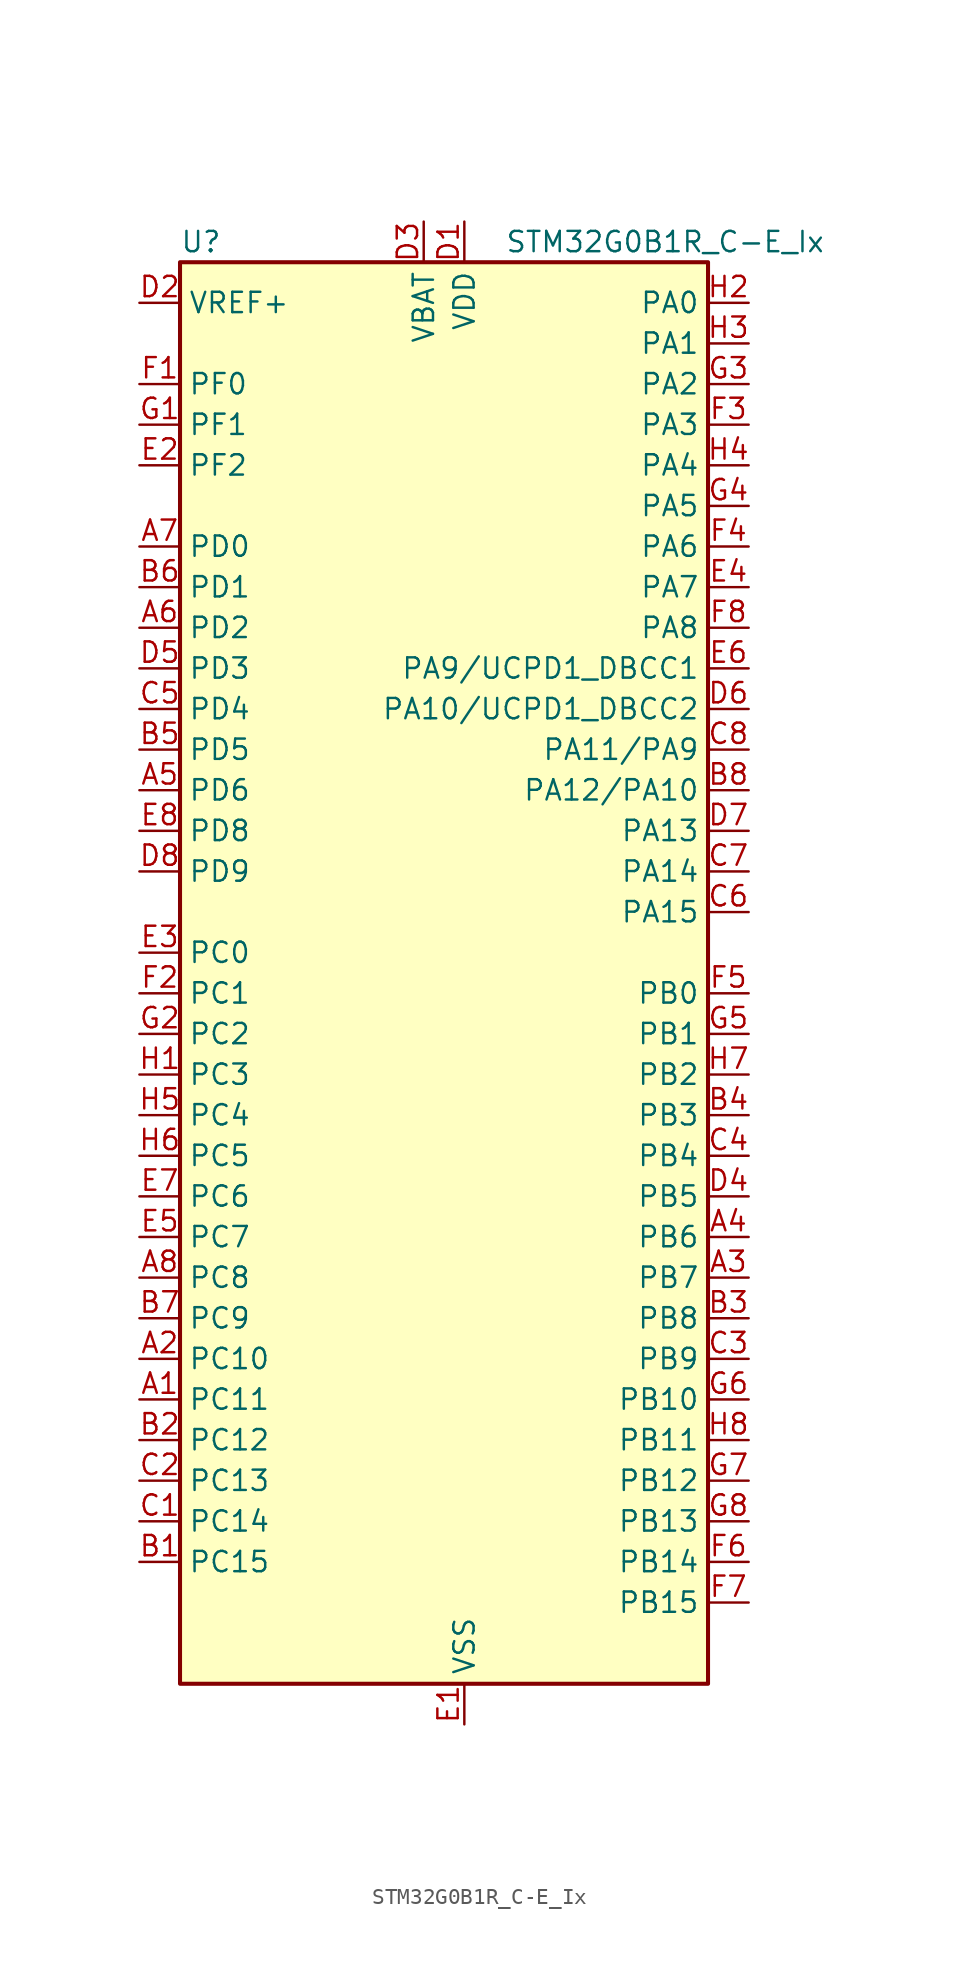
<source format=kicad_sym>
(kicad_symbol_lib
  (version 20211014)
  (generator kicad-library-utils)
  (symbol "STM32G0B1R_C-E_Ix"
    (property "Reference" "U"
      (at -15.24 46.99 0)
      (effects (font (size 1.27 1.27)) (justify left)))
    (property "Value" "STM32G0B1R_C-E_Ix"
      (at 5.08 46.99 0)
      (effects (font (size 1.27 1.27)) (justify left)))
    (property "ki_fp_filters" "*UFBGA*5x5mm*Layout8x8*P0.5mm*"
      (at 0.0 0.0 0.0)
      (effects (font (size 1.27 1.27))))
    (symbol "STM32G0B1R_C-E_Ix_0_1"
      (rectangle (start -15.24 -43.18) (end 17.78 45.72) (stroke (width 0.254)) (fill (type background))))
    (symbol "STM32G0B1R_C-E_Ix_1_1"
      (pin input line (at -17.78 43.18 0) (length 2.54) (name "VREF+" (effects (font (size 1.27 1.27)))) (number "D2" (effects (font (size 1.27 1.27)))) (alternate "VREFBUF_OUT" bidirectional line))
      (pin bidirectional line (at -17.78 38.1 0) (length 2.54) (name "PF0" (effects (font (size 1.27 1.27)))) (number "F1" (effects (font (size 1.27 1.27)))) (alternate "CRS1_SYNC" bidirectional line) (alternate "RCC_OSC_IN" bidirectional line) (alternate "TIM14_CH1" bidirectional line))
      (pin bidirectional line (at -17.78 35.56 0) (length 2.54) (name "PF1" (effects (font (size 1.27 1.27)))) (number "G1" (effects (font (size 1.27 1.27)))) (alternate "RCC_OSC_EN" bidirectional line) (alternate "RCC_OSC_OUT" bidirectional line) (alternate "TIM15_CH1N" bidirectional line))
      (pin bidirectional line (at -17.78 33.02 0) (length 2.54) (name "PF2" (effects (font (size 1.27 1.27)))) (number "E2" (effects (font (size 1.27 1.27)))) (alternate "LPUART2_DE" bidirectional line) (alternate "LPUART2_RTS" bidirectional line) (alternate "LPUART2_TX" bidirectional line) (alternate "RCC_MCO" bidirectional line))
      (pin bidirectional line (at -17.78 27.94 0) (length 2.54) (name "PD0" (effects (font (size 1.27 1.27)))) (number "A7" (effects (font (size 1.27 1.27)))) (alternate "FDCAN1_RX" bidirectional line) (alternate "I2S2_WS" bidirectional line) (alternate "SPI2_NSS" bidirectional line) (alternate "TIM16_CH1" bidirectional line) (alternate "UCPD2_CC1" bidirectional line))
      (pin bidirectional line (at -17.78 25.4 0) (length 2.54) (name "PD1" (effects (font (size 1.27 1.27)))) (number "B6" (effects (font (size 1.27 1.27)))) (alternate "FDCAN1_TX" bidirectional line) (alternate "I2S2_CK" bidirectional line) (alternate "SPI2_SCK" bidirectional line) (alternate "TIM17_CH1" bidirectional line) (alternate "UCPD2_DBCC1" bidirectional line))
      (pin bidirectional line (at -17.78 22.86 0) (length 2.54) (name "PD2" (effects (font (size 1.27 1.27)))) (number "A6" (effects (font (size 1.27 1.27)))) (alternate "TIM1_CH1N" bidirectional line) (alternate "TIM3_ETR" bidirectional line) (alternate "UCPD2_CC2" bidirectional line) (alternate "USART3_CK" bidirectional line) (alternate "USART3_DE" bidirectional line) (alternate "USART3_RTS" bidirectional line) (alternate "USART5_RX" bidirectional line))
      (pin bidirectional line (at -17.78 20.32 0) (length 2.54) (name "PD3" (effects (font (size 1.27 1.27)))) (number "D5" (effects (font (size 1.27 1.27)))) (alternate "I2S2_MCK" bidirectional line) (alternate "SPI2_MISO" bidirectional line) (alternate "TIM1_CH2N" bidirectional line) (alternate "UCPD2_DBCC2" bidirectional line) (alternate "USART2_CTS" bidirectional line) (alternate "USART2_NSS" bidirectional line) (alternate "USART5_TX" bidirectional line))
      (pin bidirectional line (at -17.78 17.78 0) (length 2.54) (name "PD4" (effects (font (size 1.27 1.27)))) (number "C5" (effects (font (size 1.27 1.27)))) (alternate "I2S2_SD" bidirectional line) (alternate "SPI2_MOSI" bidirectional line) (alternate "TIM1_CH3N" bidirectional line) (alternate "USART2_CK" bidirectional line) (alternate "USART2_DE" bidirectional line) (alternate "USART2_RTS" bidirectional line) (alternate "USART5_CK" bidirectional line) (alternate "USART5_DE" bidirectional line) (alternate "USART5_RTS" bidirectional line))
      (pin bidirectional line (at -17.78 15.24 0) (length 2.54) (name "PD5" (effects (font (size 1.27 1.27)))) (number "B5" (effects (font (size 1.27 1.27)))) (alternate "I2S1_MCK" bidirectional line) (alternate "SPI1_MISO" bidirectional line) (alternate "TIM1_BK" bidirectional line) (alternate "USART2_TX" bidirectional line) (alternate "USART5_CTS" bidirectional line) (alternate "USART5_NSS" bidirectional line))
      (pin bidirectional line (at -17.78 12.7 0) (length 2.54) (name "PD6" (effects (font (size 1.27 1.27)))) (number "A5" (effects (font (size 1.27 1.27)))) (alternate "I2S1_SD" bidirectional line) (alternate "LPTIM2_OUT" bidirectional line) (alternate "SPI1_MOSI" bidirectional line) (alternate "USART2_RX" bidirectional line))
      (pin bidirectional line (at -17.78 10.16 0) (length 2.54) (name "PD8" (effects (font (size 1.27 1.27)))) (number "E8" (effects (font (size 1.27 1.27)))) (alternate "I2S1_CK" bidirectional line) (alternate "LPTIM1_OUT" bidirectional line) (alternate "SPI1_SCK" bidirectional line) (alternate "USART3_TX" bidirectional line))
      (pin bidirectional line (at -17.78 7.62 0) (length 2.54) (name "PD9" (effects (font (size 1.27 1.27)))) (number "D8" (effects (font (size 1.27 1.27)))) (alternate "DAC1_EXTI9" bidirectional line) (alternate "I2S1_WS" bidirectional line) (alternate "SPI1_NSS" bidirectional line) (alternate "TIM1_BK2" bidirectional line) (alternate "USART3_RX" bidirectional line))
      (pin bidirectional line (at -17.78 2.54 0) (length 2.54) (name "PC0" (effects (font (size 1.27 1.27)))) (number "E3" (effects (font (size 1.27 1.27)))) (alternate "COMP3_INM" bidirectional line) (alternate "COMP3_OUT" bidirectional line) (alternate "I2C3_SCL" bidirectional line) (alternate "LPTIM1_IN1" bidirectional line) (alternate "LPTIM2_IN1" bidirectional line) (alternate "LPUART1_RX" bidirectional line) (alternate "LPUART2_TX" bidirectional line) (alternate "USART6_TX" bidirectional line))
      (pin bidirectional line (at -17.78 0.0 0) (length 2.54) (name "PC1" (effects (font (size 1.27 1.27)))) (number "F2" (effects (font (size 1.27 1.27)))) (alternate "COMP3_INP" bidirectional line) (alternate "I2C3_SDA" bidirectional line) (alternate "LPTIM1_OUT" bidirectional line) (alternate "LPUART1_TX" bidirectional line) (alternate "LPUART2_RX" bidirectional line) (alternate "TIM15_CH1" bidirectional line) (alternate "USART6_RX" bidirectional line))
      (pin bidirectional line (at -17.78 -2.54 0) (length 2.54) (name "PC2" (effects (font (size 1.27 1.27)))) (number "G2" (effects (font (size 1.27 1.27)))) (alternate "COMP3_OUT" bidirectional line) (alternate "FDCAN2_RX" bidirectional line) (alternate "I2S2_MCK" bidirectional line) (alternate "LPTIM1_IN2" bidirectional line) (alternate "SPI2_MISO" bidirectional line) (alternate "TIM15_CH2" bidirectional line))
      (pin bidirectional line (at -17.78 -5.08 0) (length 2.54) (name "PC3" (effects (font (size 1.27 1.27)))) (number "H1" (effects (font (size 1.27 1.27)))) (alternate "FDCAN2_TX" bidirectional line) (alternate "I2S2_SD" bidirectional line) (alternate "LPTIM1_ETR" bidirectional line) (alternate "LPTIM2_ETR" bidirectional line) (alternate "SPI2_MOSI" bidirectional line))
      (pin bidirectional line (at -17.78 -7.62 0) (length 2.54) (name "PC4" (effects (font (size 1.27 1.27)))) (number "H5" (effects (font (size 1.27 1.27)))) (alternate "ADC1_IN17" bidirectional line) (alternate "COMP1_INM" bidirectional line) (alternate "FDCAN1_RX" bidirectional line) (alternate "TIM2_CH1" bidirectional line) (alternate "TIM2_ETR" bidirectional line) (alternate "USART1_TX" bidirectional line) (alternate "USART3_TX" bidirectional line))
      (pin bidirectional line (at -17.78 -10.16 0) (length 2.54) (name "PC5" (effects (font (size 1.27 1.27)))) (number "H6" (effects (font (size 1.27 1.27)))) (alternate "ADC1_IN18" bidirectional line) (alternate "COMP1_INP" bidirectional line) (alternate "FDCAN1_TX" bidirectional line) (alternate "SYS_WKUP5" bidirectional line) (alternate "TIM2_CH2" bidirectional line) (alternate "USART1_RX" bidirectional line) (alternate "USART3_RX" bidirectional line))
      (pin bidirectional line (at -17.78 -12.7 0) (length 2.54) (name "PC6" (effects (font (size 1.27 1.27)))) (number "E7" (effects (font (size 1.27 1.27)))) (alternate "LPUART2_TX" bidirectional line) (alternate "TIM2_CH3" bidirectional line) (alternate "TIM3_CH1" bidirectional line) (alternate "UCPD1_FRSTX1" bidirectional line) (alternate "UCPD1_FRSTX2" bidirectional line))
      (pin bidirectional line (at -17.78 -15.24 0) (length 2.54) (name "PC7" (effects (font (size 1.27 1.27)))) (number "E5" (effects (font (size 1.27 1.27)))) (alternate "LPUART2_RX" bidirectional line) (alternate "TIM2_CH4" bidirectional line) (alternate "TIM3_CH2" bidirectional line) (alternate "UCPD2_FRSTX1" bidirectional line) (alternate "UCPD2_FRSTX2" bidirectional line))
      (pin bidirectional line (at -17.78 -17.78 0) (length 2.54) (name "PC8" (effects (font (size 1.27 1.27)))) (number "A8" (effects (font (size 1.27 1.27)))) (alternate "LPUART2_CTS" bidirectional line) (alternate "TIM1_CH1" bidirectional line) (alternate "TIM3_CH3" bidirectional line) (alternate "UCPD2_FRSTX1" bidirectional line) (alternate "UCPD2_FRSTX2" bidirectional line))
      (pin bidirectional line (at -17.78 -20.32 0) (length 2.54) (name "PC9" (effects (font (size 1.27 1.27)))) (number "B7" (effects (font (size 1.27 1.27)))) (alternate "DAC1_EXTI9" bidirectional line) (alternate "I2S_CKIN" bidirectional line) (alternate "LPUART2_DE" bidirectional line) (alternate "LPUART2_RTS" bidirectional line) (alternate "TIM1_CH2" bidirectional line) (alternate "TIM3_CH4" bidirectional line) (alternate "USB_NOE" bidirectional line))
      (pin bidirectional line (at -17.78 -22.86 0) (length 2.54) (name "PC10" (effects (font (size 1.27 1.27)))) (number "A2" (effects (font (size 1.27 1.27)))) (alternate "SPI3_SCK" bidirectional line) (alternate "TIM1_CH3" bidirectional line) (alternate "USART3_TX" bidirectional line) (alternate "USART4_TX" bidirectional line))
      (pin bidirectional line (at -17.78 -25.4 0) (length 2.54) (name "PC11" (effects (font (size 1.27 1.27)))) (number "A1" (effects (font (size 1.27 1.27)))) (alternate "ADC1_EXTI11" bidirectional line) (alternate "SPI3_MISO" bidirectional line) (alternate "TIM1_CH4" bidirectional line) (alternate "USART3_RX" bidirectional line) (alternate "USART4_RX" bidirectional line))
      (pin bidirectional line (at -17.78 -27.94 0) (length 2.54) (name "PC12" (effects (font (size 1.27 1.27)))) (number "B2" (effects (font (size 1.27 1.27)))) (alternate "LPTIM1_IN1" bidirectional line) (alternate "SPI3_MOSI" bidirectional line) (alternate "TIM14_CH1" bidirectional line) (alternate "UCPD1_FRSTX1" bidirectional line) (alternate "UCPD1_FRSTX2" bidirectional line) (alternate "USART5_TX" bidirectional line))
      (pin bidirectional line (at -17.78 -30.48 0) (length 2.54) (name "PC13" (effects (font (size 1.27 1.27)))) (number "C2" (effects (font (size 1.27 1.27)))) (alternate "RTC_OUT1" bidirectional line) (alternate "RTC_TAMP_IN1" bidirectional line) (alternate "RTC_TS" bidirectional line) (alternate "SYS_WKUP2" bidirectional line) (alternate "TIM1_BK" bidirectional line))
      (pin bidirectional line (at -17.78 -33.02 0) (length 2.54) (name "PC14" (effects (font (size 1.27 1.27)))) (number "C1" (effects (font (size 1.27 1.27)))) (alternate "RCC_OSC32_IN" bidirectional line) (alternate "TIM1_BK2" bidirectional line))
      (pin bidirectional line (at -17.78 -35.56 0) (length 2.54) (name "PC15" (effects (font (size 1.27 1.27)))) (number "B1" (effects (font (size 1.27 1.27)))) (alternate "RCC_OSC32_EN" bidirectional line) (alternate "RCC_OSC32_OUT" bidirectional line) (alternate "RCC_OSC_EN" bidirectional line) (alternate "TIM15_BK" bidirectional line))
      (pin bidirectional line (at 20.32 43.18 180) (length 2.54) (name "PA0" (effects (font (size 1.27 1.27)))) (number "H2" (effects (font (size 1.27 1.27)))) (alternate "ADC1_IN0" bidirectional line) (alternate "COMP1_INM" bidirectional line) (alternate "COMP1_OUT" bidirectional line) (alternate "I2S2_CK" bidirectional line) (alternate "LPTIM1_OUT" bidirectional line) (alternate "RTC_TAMP_IN2" bidirectional line) (alternate "SPI2_SCK" bidirectional line) (alternate "SYS_WKUP1" bidirectional line) (alternate "TIM2_CH1" bidirectional line) (alternate "TIM2_ETR" bidirectional line) (alternate "UCPD2_FRSTX1" bidirectional line) (alternate "UCPD2_FRSTX2" bidirectional line) (alternate "USART2_CTS" bidirectional line) (alternate "USART2_NSS" bidirectional line) (alternate "USART4_TX" bidirectional line))
      (pin bidirectional line (at 20.32 40.64 180) (length 2.54) (name "PA1" (effects (font (size 1.27 1.27)))) (number "H3" (effects (font (size 1.27 1.27)))) (alternate "ADC1_IN1" bidirectional line) (alternate "COMP1_INP" bidirectional line) (alternate "I2C1_SMBA" bidirectional line) (alternate "I2S1_CK" bidirectional line) (alternate "SPI1_SCK" bidirectional line) (alternate "TIM15_CH1N" bidirectional line) (alternate "TIM2_CH2" bidirectional line) (alternate "USART2_CK" bidirectional line) (alternate "USART2_DE" bidirectional line) (alternate "USART2_RTS" bidirectional line) (alternate "USART4_RX" bidirectional line))
      (pin bidirectional line (at 20.32 38.1 180) (length 2.54) (name "PA2" (effects (font (size 1.27 1.27)))) (number "G3" (effects (font (size 1.27 1.27)))) (alternate "ADC1_IN2" bidirectional line) (alternate "COMP2_INM" bidirectional line) (alternate "COMP2_OUT" bidirectional line) (alternate "I2S1_SD" bidirectional line) (alternate "LPUART1_TX" bidirectional line) (alternate "RCC_LSCO" bidirectional line) (alternate "SPI1_MOSI" bidirectional line) (alternate "SYS_WKUP4" bidirectional line) (alternate "TIM15_CH1" bidirectional line) (alternate "TIM2_CH3" bidirectional line) (alternate "UCPD1_FRSTX1" bidirectional line) (alternate "UCPD1_FRSTX2" bidirectional line) (alternate "USART2_TX" bidirectional line))
      (pin bidirectional line (at 20.32 35.56 180) (length 2.54) (name "PA3" (effects (font (size 1.27 1.27)))) (number "F3" (effects (font (size 1.27 1.27)))) (alternate "ADC1_IN3" bidirectional line) (alternate "COMP2_INP" bidirectional line) (alternate "I2S2_MCK" bidirectional line) (alternate "LPUART1_RX" bidirectional line) (alternate "SPI2_MISO" bidirectional line) (alternate "TIM15_CH2" bidirectional line) (alternate "TIM2_CH4" bidirectional line) (alternate "UCPD2_FRSTX1" bidirectional line) (alternate "UCPD2_FRSTX2" bidirectional line) (alternate "USART2_RX" bidirectional line))
      (pin bidirectional line (at 20.32 33.02 180) (length 2.54) (name "PA4" (effects (font (size 1.27 1.27)))) (number "H4" (effects (font (size 1.27 1.27)))) (alternate "ADC1_IN4" bidirectional line) (alternate "DAC1_OUT1" bidirectional line) (alternate "I2S1_WS" bidirectional line) (alternate "I2S2_SD" bidirectional line) (alternate "LPTIM2_OUT" bidirectional line) (alternate "RTC_OUT2" bidirectional line) (alternate "SPI1_NSS" bidirectional line) (alternate "SPI2_MOSI" bidirectional line) (alternate "SPI3_NSS" bidirectional line) (alternate "TIM14_CH1" bidirectional line) (alternate "UCPD2_FRSTX1" bidirectional line) (alternate "UCPD2_FRSTX2" bidirectional line) (alternate "USART6_TX" bidirectional line) (alternate "USB_NOE" bidirectional line))
      (pin bidirectional line (at 20.32 30.48 180) (length 2.54) (name "PA5" (effects (font (size 1.27 1.27)))) (number "G4" (effects (font (size 1.27 1.27)))) (alternate "ADC1_IN5" bidirectional line) (alternate "CEC" bidirectional line) (alternate "DAC1_OUT2" bidirectional line) (alternate "I2S1_CK" bidirectional line) (alternate "LPTIM2_ETR" bidirectional line) (alternate "SPI1_SCK" bidirectional line) (alternate "TIM2_CH1" bidirectional line) (alternate "TIM2_ETR" bidirectional line) (alternate "UCPD1_FRSTX1" bidirectional line) (alternate "UCPD1_FRSTX2" bidirectional line) (alternate "USART3_TX" bidirectional line) (alternate "USART6_RX" bidirectional line))
      (pin bidirectional line (at 20.32 27.94 180) (length 2.54) (name "PA6" (effects (font (size 1.27 1.27)))) (number "F4" (effects (font (size 1.27 1.27)))) (alternate "ADC1_IN6" bidirectional line) (alternate "COMP1_OUT" bidirectional line) (alternate "I2C2_SDA" bidirectional line) (alternate "I2C3_SDA" bidirectional line) (alternate "I2S1_MCK" bidirectional line) (alternate "LPUART1_CTS" bidirectional line) (alternate "SPI1_MISO" bidirectional line) (alternate "TIM16_CH1" bidirectional line) (alternate "TIM1_BK" bidirectional line) (alternate "TIM3_CH1" bidirectional line) (alternate "USART3_CTS" bidirectional line) (alternate "USART3_NSS" bidirectional line) (alternate "USART6_CTS" bidirectional line) (alternate "USART6_NSS" bidirectional line))
      (pin bidirectional line (at 20.32 25.4 180) (length 2.54) (name "PA7" (effects (font (size 1.27 1.27)))) (number "E4" (effects (font (size 1.27 1.27)))) (alternate "ADC1_IN7" bidirectional line) (alternate "COMP2_OUT" bidirectional line) (alternate "I2C2_SCL" bidirectional line) (alternate "I2C3_SCL" bidirectional line) (alternate "I2S1_SD" bidirectional line) (alternate "SPI1_MOSI" bidirectional line) (alternate "TIM14_CH1" bidirectional line) (alternate "TIM17_CH1" bidirectional line) (alternate "TIM1_CH1N" bidirectional line) (alternate "TIM3_CH2" bidirectional line) (alternate "UCPD1_FRSTX1" bidirectional line) (alternate "UCPD1_FRSTX2" bidirectional line) (alternate "USART6_CK" bidirectional line) (alternate "USART6_DE" bidirectional line) (alternate "USART6_RTS" bidirectional line))
      (pin bidirectional line (at 20.32 22.86 180) (length 2.54) (name "PA8" (effects (font (size 1.27 1.27)))) (number "F8" (effects (font (size 1.27 1.27)))) (alternate "CRS1_SYNC" bidirectional line) (alternate "I2C2_SMBA" bidirectional line) (alternate "I2S2_WS" bidirectional line) (alternate "LPTIM2_OUT" bidirectional line) (alternate "RCC_MCO" bidirectional line) (alternate "SPI2_NSS" bidirectional line) (alternate "TIM1_CH1" bidirectional line) (alternate "UCPD1_CC1" bidirectional line))
      (pin bidirectional line (at 20.32 20.32 180) (length 2.54) (name "PA9/UCPD1_DBCC1" (effects (font (size 1.27 1.27)))) (number "E6" (effects (font (size 1.27 1.27)))) (alternate "DAC1_EXTI9" bidirectional line) (alternate "I2C1_SCL" bidirectional line) (alternate "I2C2_SCL" bidirectional line) (alternate "I2S2_MCK" bidirectional line) (alternate "RCC_MCO" bidirectional line) (alternate "SPI2_MISO" bidirectional line) (alternate "TIM15_BK" bidirectional line) (alternate "TIM1_CH2" bidirectional line) (alternate "UCPD1_DBCC1" bidirectional line) (alternate "USART1_TX" bidirectional line))
      (pin bidirectional line (at 20.32 17.78 180) (length 2.54) (name "PA10/UCPD1_DBCC2" (effects (font (size 1.27 1.27)))) (number "D6" (effects (font (size 1.27 1.27)))) (alternate "I2C1_SDA" bidirectional line) (alternate "I2C2_SDA" bidirectional line) (alternate "I2S2_SD" bidirectional line) (alternate "RCC_MCO_2" bidirectional line) (alternate "SPI2_MOSI" bidirectional line) (alternate "TIM17_BK" bidirectional line) (alternate "TIM1_CH3" bidirectional line) (alternate "UCPD1_DBCC2" bidirectional line) (alternate "USART1_RX" bidirectional line))
      (pin bidirectional line (at 20.32 15.24 180) (length 2.54) (name "PA11/PA9" (effects (font (size 1.27 1.27)))) (number "C8" (effects (font (size 1.27 1.27)))) (alternate "ADC1_EXTI11" bidirectional line) (alternate "COMP1_OUT" bidirectional line) (alternate "FDCAN1_RX" bidirectional line) (alternate "I2C2_SCL" bidirectional line) (alternate "I2S1_MCK" bidirectional line) (alternate "SPI1_MISO" bidirectional line) (alternate "TIM1_BK2" bidirectional line) (alternate "TIM1_CH4" bidirectional line) (alternate "USART1_CTS" bidirectional line) (alternate "USART1_NSS" bidirectional line) (alternate "USB_DM" bidirectional line))
      (pin bidirectional line (at 20.32 12.7 180) (length 2.54) (name "PA12/PA10" (effects (font (size 1.27 1.27)))) (number "B8" (effects (font (size 1.27 1.27)))) (alternate "COMP2_OUT" bidirectional line) (alternate "FDCAN1_TX" bidirectional line) (alternate "I2C2_SDA" bidirectional line) (alternate "I2S1_SD" bidirectional line) (alternate "I2S_CKIN" bidirectional line) (alternate "SPI1_MOSI" bidirectional line) (alternate "TIM1_ETR" bidirectional line) (alternate "USART1_CK" bidirectional line) (alternate "USART1_DE" bidirectional line) (alternate "USART1_RTS" bidirectional line) (alternate "USB_DP" bidirectional line))
      (pin bidirectional line (at 20.32 10.16 180) (length 2.54) (name "PA13" (effects (font (size 1.27 1.27)))) (number "D7" (effects (font (size 1.27 1.27)))) (alternate "IR_OUT" bidirectional line) (alternate "LPUART2_RX" bidirectional line) (alternate "SYS_SWDIO" bidirectional line) (alternate "USB_NOE" bidirectional line))
      (pin bidirectional line (at 20.32 7.62 180) (length 2.54) (name "PA14" (effects (font (size 1.27 1.27)))) (number "C7" (effects (font (size 1.27 1.27)))) (alternate "LPUART2_TX" bidirectional line) (alternate "SYS_SWCLK" bidirectional line) (alternate "USART2_TX" bidirectional line))
      (pin bidirectional line (at 20.32 5.08 180) (length 2.54) (name "PA15" (effects (font (size 1.27 1.27)))) (number "C6" (effects (font (size 1.27 1.27)))) (alternate "I2C2_SMBA" bidirectional line) (alternate "I2S1_WS" bidirectional line) (alternate "RCC_MCO_2" bidirectional line) (alternate "SPI1_NSS" bidirectional line) (alternate "SPI3_NSS" bidirectional line) (alternate "TIM2_CH1" bidirectional line) (alternate "TIM2_ETR" bidirectional line) (alternate "USART2_RX" bidirectional line) (alternate "USART3_CK" bidirectional line) (alternate "USART3_DE" bidirectional line) (alternate "USART3_RTS" bidirectional line) (alternate "USART4_CK" bidirectional line) (alternate "USART4_DE" bidirectional line) (alternate "USART4_RTS" bidirectional line) (alternate "USB_NOE" bidirectional line))
      (pin bidirectional line (at 20.32 0.0 180) (length 2.54) (name "PB0" (effects (font (size 1.27 1.27)))) (number "F5" (effects (font (size 1.27 1.27)))) (alternate "ADC1_IN8" bidirectional line) (alternate "COMP1_OUT" bidirectional line) (alternate "COMP3_INP" bidirectional line) (alternate "FDCAN2_RX" bidirectional line) (alternate "I2S1_WS" bidirectional line) (alternate "LPTIM1_OUT" bidirectional line) (alternate "LPUART2_CTS" bidirectional line) (alternate "SPI1_NSS" bidirectional line) (alternate "TIM1_CH2N" bidirectional line) (alternate "TIM3_CH3" bidirectional line) (alternate "UCPD1_FRSTX1" bidirectional line) (alternate "UCPD1_FRSTX2" bidirectional line) (alternate "USART3_RX" bidirectional line) (alternate "USART5_TX" bidirectional line))
      (pin bidirectional line (at 20.32 -2.54 180) (length 2.54) (name "PB1" (effects (font (size 1.27 1.27)))) (number "G5" (effects (font (size 1.27 1.27)))) (alternate "ADC1_IN9" bidirectional line) (alternate "COMP1_INM" bidirectional line) (alternate "COMP3_OUT" bidirectional line) (alternate "FDCAN2_TX" bidirectional line) (alternate "LPTIM2_IN1" bidirectional line) (alternate "LPUART1_DE" bidirectional line) (alternate "LPUART1_RTS" bidirectional line) (alternate "LPUART2_DE" bidirectional line) (alternate "LPUART2_RTS" bidirectional line) (alternate "TIM14_CH1" bidirectional line) (alternate "TIM1_CH3N" bidirectional line) (alternate "TIM3_CH4" bidirectional line) (alternate "USART3_CK" bidirectional line) (alternate "USART3_DE" bidirectional line) (alternate "USART3_RTS" bidirectional line) (alternate "USART5_RX" bidirectional line))
      (pin bidirectional line (at 20.32 -5.08 180) (length 2.54) (name "PB2" (effects (font (size 1.27 1.27)))) (number "H7" (effects (font (size 1.27 1.27)))) (alternate "ADC1_IN10" bidirectional line) (alternate "COMP1_INP" bidirectional line) (alternate "COMP3_INM" bidirectional line) (alternate "I2S2_MCK" bidirectional line) (alternate "LPTIM1_OUT" bidirectional line) (alternate "RCC_MCO_2" bidirectional line) (alternate "SPI2_MISO" bidirectional line) (alternate "USART3_TX" bidirectional line))
      (pin bidirectional line (at 20.32 -7.62 180) (length 2.54) (name "PB3" (effects (font (size 1.27 1.27)))) (number "B4" (effects (font (size 1.27 1.27)))) (alternate "COMP2_INM" bidirectional line) (alternate "I2C2_SCL" bidirectional line) (alternate "I2C3_SCL" bidirectional line) (alternate "I2S1_CK" bidirectional line) (alternate "SPI1_SCK" bidirectional line) (alternate "SPI3_SCK" bidirectional line) (alternate "TIM1_CH2" bidirectional line) (alternate "TIM2_CH2" bidirectional line) (alternate "USART1_CK" bidirectional line) (alternate "USART1_DE" bidirectional line) (alternate "USART1_RTS" bidirectional line) (alternate "USART5_TX" bidirectional line))
      (pin bidirectional line (at 20.32 -10.16 180) (length 2.54) (name "PB4" (effects (font (size 1.27 1.27)))) (number "C4" (effects (font (size 1.27 1.27)))) (alternate "COMP2_INP" bidirectional line) (alternate "I2C2_SDA" bidirectional line) (alternate "I2C3_SDA" bidirectional line) (alternate "I2S1_MCK" bidirectional line) (alternate "SPI1_MISO" bidirectional line) (alternate "SPI3_MISO" bidirectional line) (alternate "TIM17_BK" bidirectional line) (alternate "TIM3_CH1" bidirectional line) (alternate "USART1_CTS" bidirectional line) (alternate "USART1_NSS" bidirectional line) (alternate "USART5_RX" bidirectional line))
      (pin bidirectional line (at 20.32 -12.7 180) (length 2.54) (name "PB5" (effects (font (size 1.27 1.27)))) (number "D4" (effects (font (size 1.27 1.27)))) (alternate "COMP2_OUT" bidirectional line) (alternate "FDCAN2_RX" bidirectional line) (alternate "I2C1_SMBA" bidirectional line) (alternate "I2S1_SD" bidirectional line) (alternate "LPTIM1_IN1" bidirectional line) (alternate "SPI1_MOSI" bidirectional line) (alternate "SPI3_MOSI" bidirectional line) (alternate "SYS_WKUP6" bidirectional line) (alternate "TIM16_BK" bidirectional line) (alternate "TIM3_CH2" bidirectional line) (alternate "USART5_CK" bidirectional line) (alternate "USART5_DE" bidirectional line) (alternate "USART5_RTS" bidirectional line))
      (pin bidirectional line (at 20.32 -15.24 180) (length 2.54) (name "PB6" (effects (font (size 1.27 1.27)))) (number "A4" (effects (font (size 1.27 1.27)))) (alternate "COMP2_INP" bidirectional line) (alternate "FDCAN2_TX" bidirectional line) (alternate "I2C1_SCL" bidirectional line) (alternate "I2S2_MCK" bidirectional line) (alternate "LPTIM1_ETR" bidirectional line) (alternate "LPUART2_TX" bidirectional line) (alternate "SPI2_MISO" bidirectional line) (alternate "TIM16_CH1N" bidirectional line) (alternate "TIM1_CH3" bidirectional line) (alternate "TIM4_CH1" bidirectional line) (alternate "USART1_TX" bidirectional line) (alternate "USART5_CTS" bidirectional line) (alternate "USART5_NSS" bidirectional line))
      (pin bidirectional line (at 20.32 -17.78 180) (length 2.54) (name "PB7" (effects (font (size 1.27 1.27)))) (number "A3" (effects (font (size 1.27 1.27)))) (alternate "COMP2_INM" bidirectional line) (alternate "I2C1_SDA" bidirectional line) (alternate "I2S2_SD" bidirectional line) (alternate "LPTIM1_IN2" bidirectional line) (alternate "LPUART2_RX" bidirectional line) (alternate "SPI2_MOSI" bidirectional line) (alternate "SYS_PVD_IN" bidirectional line) (alternate "TIM17_CH1N" bidirectional line) (alternate "TIM4_CH2" bidirectional line) (alternate "USART1_RX" bidirectional line) (alternate "USART4_CTS" bidirectional line) (alternate "USART4_NSS" bidirectional line))
      (pin bidirectional line (at 20.32 -20.32 180) (length 2.54) (name "PB8" (effects (font (size 1.27 1.27)))) (number "B3" (effects (font (size 1.27 1.27)))) (alternate "CEC" bidirectional line) (alternate "FDCAN1_RX" bidirectional line) (alternate "I2C1_SCL" bidirectional line) (alternate "I2S2_CK" bidirectional line) (alternate "SPI2_SCK" bidirectional line) (alternate "TIM15_BK" bidirectional line) (alternate "TIM16_CH1" bidirectional line) (alternate "TIM4_CH3" bidirectional line) (alternate "USART3_TX" bidirectional line) (alternate "USART6_TX" bidirectional line))
      (pin bidirectional line (at 20.32 -22.86 180) (length 2.54) (name "PB9" (effects (font (size 1.27 1.27)))) (number "C3" (effects (font (size 1.27 1.27)))) (alternate "DAC1_EXTI9" bidirectional line) (alternate "FDCAN1_TX" bidirectional line) (alternate "I2C1_SDA" bidirectional line) (alternate "I2S2_WS" bidirectional line) (alternate "IR_OUT" bidirectional line) (alternate "SPI2_NSS" bidirectional line) (alternate "TIM17_CH1" bidirectional line) (alternate "TIM4_CH4" bidirectional line) (alternate "UCPD2_FRSTX1" bidirectional line) (alternate "UCPD2_FRSTX2" bidirectional line) (alternate "USART3_RX" bidirectional line) (alternate "USART6_RX" bidirectional line))
      (pin bidirectional line (at 20.32 -25.4 180) (length 2.54) (name "PB10" (effects (font (size 1.27 1.27)))) (number "G6" (effects (font (size 1.27 1.27)))) (alternate "ADC1_IN11" bidirectional line) (alternate "CEC" bidirectional line) (alternate "COMP1_OUT" bidirectional line) (alternate "I2C2_SCL" bidirectional line) (alternate "I2S2_CK" bidirectional line) (alternate "LPUART1_RX" bidirectional line) (alternate "SPI2_SCK" bidirectional line) (alternate "TIM2_CH3" bidirectional line) (alternate "USART3_TX" bidirectional line))
      (pin bidirectional line (at 20.32 -27.94 180) (length 2.54) (name "PB11" (effects (font (size 1.27 1.27)))) (number "H8" (effects (font (size 1.27 1.27)))) (alternate "ADC1_EXTI11" bidirectional line) (alternate "ADC1_IN15" bidirectional line) (alternate "COMP2_OUT" bidirectional line) (alternate "I2C2_SDA" bidirectional line) (alternate "I2S2_SD" bidirectional line) (alternate "LPUART1_TX" bidirectional line) (alternate "SPI2_MOSI" bidirectional line) (alternate "TIM2_CH4" bidirectional line) (alternate "USART3_RX" bidirectional line))
      (pin bidirectional line (at 20.32 -30.48 180) (length 2.54) (name "PB12" (effects (font (size 1.27 1.27)))) (number "G7" (effects (font (size 1.27 1.27)))) (alternate "ADC1_IN16" bidirectional line) (alternate "FDCAN2_RX" bidirectional line) (alternate "I2C2_SMBA" bidirectional line) (alternate "I2S2_WS" bidirectional line) (alternate "LPUART1_DE" bidirectional line) (alternate "LPUART1_RTS" bidirectional line) (alternate "SPI2_NSS" bidirectional line) (alternate "TIM15_BK" bidirectional line) (alternate "TIM1_BK" bidirectional line) (alternate "UCPD2_FRSTX1" bidirectional line) (alternate "UCPD2_FRSTX2" bidirectional line))
      (pin bidirectional line (at 20.32 -33.02 180) (length 2.54) (name "PB13" (effects (font (size 1.27 1.27)))) (number "G8" (effects (font (size 1.27 1.27)))) (alternate "FDCAN2_TX" bidirectional line) (alternate "I2C2_SCL" bidirectional line) (alternate "I2S2_CK" bidirectional line) (alternate "LPUART1_CTS" bidirectional line) (alternate "SPI2_SCK" bidirectional line) (alternate "TIM15_CH1N" bidirectional line) (alternate "TIM1_CH1N" bidirectional line) (alternate "USART3_CTS" bidirectional line) (alternate "USART3_NSS" bidirectional line))
      (pin bidirectional line (at 20.32 -35.56 180) (length 2.54) (name "PB14" (effects (font (size 1.27 1.27)))) (number "F6" (effects (font (size 1.27 1.27)))) (alternate "I2C2_SDA" bidirectional line) (alternate "I2S2_MCK" bidirectional line) (alternate "SPI2_MISO" bidirectional line) (alternate "TIM15_CH1" bidirectional line) (alternate "TIM1_CH2N" bidirectional line) (alternate "UCPD1_FRSTX1" bidirectional line) (alternate "UCPD1_FRSTX2" bidirectional line) (alternate "USART3_CK" bidirectional line) (alternate "USART3_DE" bidirectional line) (alternate "USART3_RTS" bidirectional line) (alternate "USART6_CK" bidirectional line) (alternate "USART6_DE" bidirectional line) (alternate "USART6_RTS" bidirectional line))
      (pin bidirectional line (at 20.32 -38.1 180) (length 2.54) (name "PB15" (effects (font (size 1.27 1.27)))) (number "F7" (effects (font (size 1.27 1.27)))) (alternate "I2S2_SD" bidirectional line) (alternate "RTC_REFIN" bidirectional line) (alternate "SPI2_MOSI" bidirectional line) (alternate "TIM15_CH1N" bidirectional line) (alternate "TIM15_CH2" bidirectional line) (alternate "TIM1_CH3N" bidirectional line) (alternate "UCPD1_CC2" bidirectional line) (alternate "USART6_CTS" bidirectional line) (alternate "USART6_NSS" bidirectional line))
      (pin power_in line (at 0.0 48.26 270) (length 2.54) (name "VBAT" (effects (font (size 1.27 1.27)))) (number "D3" (effects (font (size 1.27 1.27)))))
      (pin power_in line (at 2.54 48.26 270) (length 2.54) (name "VDD" (effects (font (size 1.27 1.27)))) (number "D1" (effects (font (size 1.27 1.27)))))
      (pin power_in line (at 2.54 -45.72 90) (length 2.54) (name "VSS" (effects (font (size 1.27 1.27)))) (number "E1" (effects (font (size 1.27 1.27))))))))
</source>
